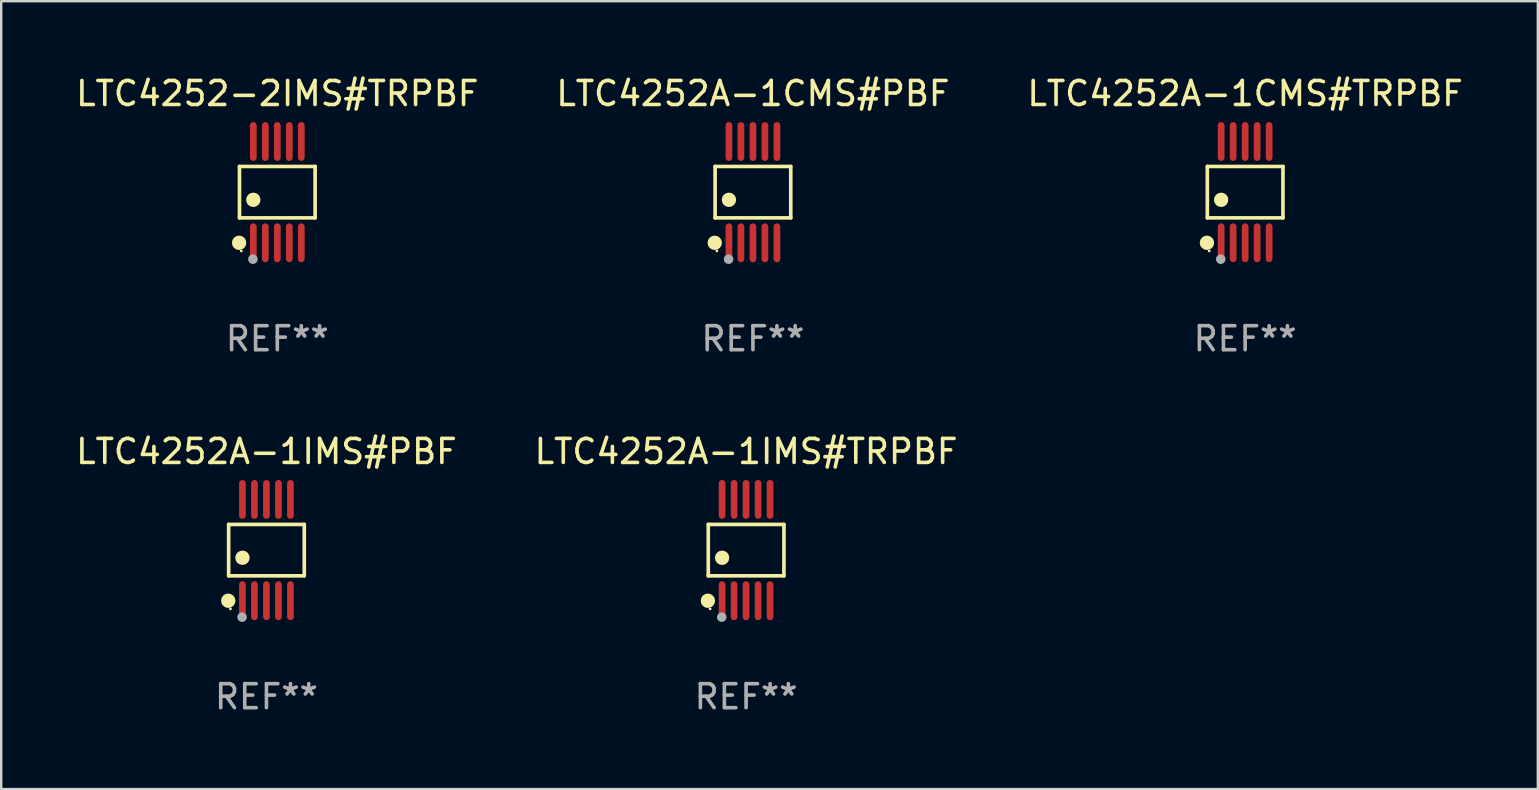
<source format=kicad_pcb>
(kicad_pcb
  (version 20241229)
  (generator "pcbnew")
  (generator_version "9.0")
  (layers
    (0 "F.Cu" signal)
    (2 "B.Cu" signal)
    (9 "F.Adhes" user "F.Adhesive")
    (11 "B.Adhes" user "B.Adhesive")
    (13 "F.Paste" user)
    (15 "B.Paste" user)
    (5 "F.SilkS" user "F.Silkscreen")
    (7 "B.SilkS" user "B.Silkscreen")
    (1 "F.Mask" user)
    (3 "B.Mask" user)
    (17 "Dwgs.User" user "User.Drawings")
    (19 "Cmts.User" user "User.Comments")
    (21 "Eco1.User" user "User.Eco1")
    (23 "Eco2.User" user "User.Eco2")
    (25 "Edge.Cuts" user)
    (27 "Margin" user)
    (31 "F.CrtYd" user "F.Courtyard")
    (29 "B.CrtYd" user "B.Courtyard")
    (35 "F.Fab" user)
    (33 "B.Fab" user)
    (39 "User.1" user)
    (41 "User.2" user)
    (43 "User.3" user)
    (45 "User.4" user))
  (footprint "LTC4252A-1CMS#TRPBF"
    (layer "F.Cu")
    (at 48.839 4.958)
    (property "Reference" "LTC4252A-1CMS#TRPBF" (at 0 -4.11 0) (layer "F.SilkS") (effects (font (size 1 1) (thickness 0.15))))
    (attr through_hole)
    (fp_line (start -1.576 -1.071) (end 1.576 -1.071) (stroke (width 0.152) (type solid)) (layer "F.SilkS"))
    (fp_line (start -1.576 1.071) (end -1.576 -1.071) (stroke (width 0.152) (type solid)) (layer "F.SilkS"))
    (fp_line (start 1.576 -1.071) (end 1.576 1.071) (stroke (width 0.152) (type solid)) (layer "F.SilkS"))
    (fp_line (start 1.576 1.071) (end -1.576 1.071) (stroke (width 0.152) (type solid)) (layer "F.SilkS"))
    (fp_circle (center -1.592 2.11) (end -1.442 2.11) (stroke (width 0.3) (type solid)) (fill no) (layer "F.SilkS"))
    (fp_circle (center -1.5 2.45) (end -1.47 2.45) (stroke (width 0.06) (type solid)) (fill no) (layer "F.SilkS"))
    (fp_circle (center -1 0.319) (end -0.85 0.319) (stroke (width 0.3) (type solid)) (fill no) (layer "F.SilkS"))
    (fp_circle (center -1.016 2.794) (end -0.916 2.794) (stroke (width 0.2) (type solid)) (fill no) (layer "F.Fab"))
    (fp_text user "REF**" (at 0 6.11 0) (layer "F.Fab") (effects (font (size 1 1) (thickness 0.15))))
    (pad "1" smd oval (at -1 2.11) (size 0.28 1.62) (layers "F.Cu" "F.Mask" "F.Paste"))
    (pad "2" smd oval (at -0.5 2.11) (size 0.28 1.62) (layers "F.Cu" "F.Mask" "F.Paste"))
    (pad "3" smd oval (at 0 2.11) (size 0.28 1.62) (layers "F.Cu" "F.Mask" "F.Paste"))
    (pad "4" smd oval (at 0.5 2.11) (size 0.28 1.62) (layers "F.Cu" "F.Mask" "F.Paste"))
    (pad "5" smd oval (at 1 2.11) (size 0.28 1.62) (layers "F.Cu" "F.Mask" "F.Paste"))
    (pad "6" smd oval (at 1 -2.11) (size 0.28 1.62) (layers "F.Cu" "F.Mask" "F.Paste"))
    (pad "7" smd oval (at 0.5 -2.11) (size 0.28 1.62) (layers "F.Cu" "F.Mask" "F.Paste"))
    (pad "8" smd oval (at 0 -2.11) (size 0.28 1.62) (layers "F.Cu" "F.Mask" "F.Paste"))
    (pad "9" smd oval (at -0.5 -2.11) (size 0.28 1.62) (layers "F.Cu" "F.Mask" "F.Paste"))
    (pad "10" smd oval (at -1 -2.11) (size 0.28 1.62) (layers "F.Cu" "F.Mask" "F.Paste")))
  (footprint "LTC4252A-1IMS#TRPBF"
    (layer "F.Cu")
    (at 28.042 19.875)
    (property "Reference" "LTC4252A-1IMS#TRPBF" (at 0 -4.11 0) (layer "F.SilkS") (effects (font (size 1 1) (thickness 0.15))))
    (attr through_hole)
    (fp_line (start -1.576 -1.071) (end 1.576 -1.071) (stroke (width 0.152) (type solid)) (layer "F.SilkS"))
    (fp_line (start -1.576 1.071) (end -1.576 -1.071) (stroke (width 0.152) (type solid)) (layer "F.SilkS"))
    (fp_line (start 1.576 -1.071) (end 1.576 1.071) (stroke (width 0.152) (type solid)) (layer "F.SilkS"))
    (fp_line (start 1.576 1.071) (end -1.576 1.071) (stroke (width 0.152) (type solid)) (layer "F.SilkS"))
    (fp_circle (center -1.592 2.11) (end -1.442 2.11) (stroke (width 0.3) (type solid)) (fill no) (layer "F.SilkS"))
    (fp_circle (center -1.5 2.45) (end -1.47 2.45) (stroke (width 0.06) (type solid)) (fill no) (layer "F.SilkS"))
    (fp_circle (center -1 0.319) (end -0.85 0.319) (stroke (width 0.3) (type solid)) (fill no) (layer "F.SilkS"))
    (fp_circle (center -1.016 2.794) (end -0.916 2.794) (stroke (width 0.2) (type solid)) (fill no) (layer "F.Fab"))
    (fp_text user "REF**" (at 0 6.11 0) (layer "F.Fab") (effects (font (size 1 1) (thickness 0.15))))
    (pad "1" smd oval (at -1 2.11) (size 0.28 1.62) (layers "F.Cu" "F.Mask" "F.Paste"))
    (pad "2" smd oval (at -0.5 2.11) (size 0.28 1.62) (layers "F.Cu" "F.Mask" "F.Paste"))
    (pad "3" smd oval (at 0 2.11) (size 0.28 1.62) (layers "F.Cu" "F.Mask" "F.Paste"))
    (pad "4" smd oval (at 0.5 2.11) (size 0.28 1.62) (layers "F.Cu" "F.Mask" "F.Paste"))
    (pad "5" smd oval (at 1 2.11) (size 0.28 1.62) (layers "F.Cu" "F.Mask" "F.Paste"))
    (pad "6" smd oval (at 1 -2.11) (size 0.28 1.62) (layers "F.Cu" "F.Mask" "F.Paste"))
    (pad "7" smd oval (at 0.5 -2.11) (size 0.28 1.62) (layers "F.Cu" "F.Mask" "F.Paste"))
    (pad "8" smd oval (at 0 -2.11) (size 0.28 1.62) (layers "F.Cu" "F.Mask" "F.Paste"))
    (pad "9" smd oval (at -0.5 -2.11) (size 0.28 1.62) (layers "F.Cu" "F.Mask" "F.Paste"))
    (pad "10" smd oval (at -1 -2.11) (size 0.28 1.62) (layers "F.Cu" "F.Mask" "F.Paste")))
  (footprint "LTC4252-2IMS#TRPBF"
    (layer "F.Cu")
    (at 8.506 4.958)
    (property "Reference" "LTC4252-2IMS#TRPBF" (at 0 -4.11 0) (layer "F.SilkS") (effects (font (size 1 1) (thickness 0.15))))
    (attr through_hole)
    (fp_line (start -1.576 -1.071) (end 1.576 -1.071) (stroke (width 0.152) (type solid)) (layer "F.SilkS"))
    (fp_line (start -1.576 1.071) (end -1.576 -1.071) (stroke (width 0.152) (type solid)) (layer "F.SilkS"))
    (fp_line (start 1.576 -1.071) (end 1.576 1.071) (stroke (width 0.152) (type solid)) (layer "F.SilkS"))
    (fp_line (start 1.576 1.071) (end -1.576 1.071) (stroke (width 0.152) (type solid)) (layer "F.SilkS"))
    (fp_circle (center -1.592 2.11) (end -1.442 2.11) (stroke (width 0.3) (type solid)) (fill no) (layer "F.SilkS"))
    (fp_circle (center -1.5 2.45) (end -1.47 2.45) (stroke (width 0.06) (type solid)) (fill no) (layer "F.SilkS"))
    (fp_circle (center -1 0.319) (end -0.85 0.319) (stroke (width 0.3) (type solid)) (fill no) (layer "F.SilkS"))
    (fp_circle (center -1.016 2.794) (end -0.916 2.794) (stroke (width 0.2) (type solid)) (fill no) (layer "F.Fab"))
    (fp_text user "REF**" (at 0 6.11 0) (layer "F.Fab") (effects (font (size 1 1) (thickness 0.15))))
    (pad "1" smd oval (at -1 2.11) (size 0.28 1.62) (layers "F.Cu" "F.Mask" "F.Paste"))
    (pad "2" smd oval (at -0.5 2.11) (size 0.28 1.62) (layers "F.Cu" "F.Mask" "F.Paste"))
    (pad "3" smd oval (at 0 2.11) (size 0.28 1.62) (layers "F.Cu" "F.Mask" "F.Paste"))
    (pad "4" smd oval (at 0.5 2.11) (size 0.28 1.62) (layers "F.Cu" "F.Mask" "F.Paste"))
    (pad "5" smd oval (at 1 2.11) (size 0.28 1.62) (layers "F.Cu" "F.Mask" "F.Paste"))
    (pad "6" smd oval (at 1 -2.11) (size 0.28 1.62) (layers "F.Cu" "F.Mask" "F.Paste"))
    (pad "7" smd oval (at 0.5 -2.11) (size 0.28 1.62) (layers "F.Cu" "F.Mask" "F.Paste"))
    (pad "8" smd oval (at 0 -2.11) (size 0.28 1.62) (layers "F.Cu" "F.Mask" "F.Paste"))
    (pad "9" smd oval (at -0.5 -2.11) (size 0.28 1.62) (layers "F.Cu" "F.Mask" "F.Paste"))
    (pad "10" smd oval (at -1 -2.11) (size 0.28 1.62) (layers "F.Cu" "F.Mask" "F.Paste")))
  (footprint "LTC4252A-1IMS#PBF"
    (layer "F.Cu")
    (at 8.054 19.875)
    (property "Reference" "LTC4252A-1IMS#PBF" (at 0 -4.11 0) (layer "F.SilkS") (effects (font (size 1 1) (thickness 0.15))))
    (attr through_hole)
    (fp_line (start -1.576 -1.071) (end 1.576 -1.071) (stroke (width 0.152) (type solid)) (layer "F.SilkS"))
    (fp_line (start -1.576 1.071) (end -1.576 -1.071) (stroke (width 0.152) (type solid)) (layer "F.SilkS"))
    (fp_line (start 1.576 -1.071) (end 1.576 1.071) (stroke (width 0.152) (type solid)) (layer "F.SilkS"))
    (fp_line (start 1.576 1.071) (end -1.576 1.071) (stroke (width 0.152) (type solid)) (layer "F.SilkS"))
    (fp_circle (center -1.592 2.11) (end -1.442 2.11) (stroke (width 0.3) (type solid)) (fill no) (layer "F.SilkS"))
    (fp_circle (center -1.5 2.45) (end -1.47 2.45) (stroke (width 0.06) (type solid)) (fill no) (layer "F.SilkS"))
    (fp_circle (center -1 0.319) (end -0.85 0.319) (stroke (width 0.3) (type solid)) (fill no) (layer "F.SilkS"))
    (fp_circle (center -1.016 2.794) (end -0.916 2.794) (stroke (width 0.2) (type solid)) (fill no) (layer "F.Fab"))
    (fp_text user "REF**" (at 0 6.11 0) (layer "F.Fab") (effects (font (size 1 1) (thickness 0.15))))
    (pad "1" smd oval (at -1 2.11) (size 0.28 1.62) (layers "F.Cu" "F.Mask" "F.Paste"))
    (pad "2" smd oval (at -0.5 2.11) (size 0.28 1.62) (layers "F.Cu" "F.Mask" "F.Paste"))
    (pad "3" smd oval (at 0 2.11) (size 0.28 1.62) (layers "F.Cu" "F.Mask" "F.Paste"))
    (pad "4" smd oval (at 0.5 2.11) (size 0.28 1.62) (layers "F.Cu" "F.Mask" "F.Paste"))
    (pad "5" smd oval (at 1 2.11) (size 0.28 1.62) (layers "F.Cu" "F.Mask" "F.Paste"))
    (pad "6" smd oval (at 1 -2.11) (size 0.28 1.62) (layers "F.Cu" "F.Mask" "F.Paste"))
    (pad "7" smd oval (at 0.5 -2.11) (size 0.28 1.62) (layers "F.Cu" "F.Mask" "F.Paste"))
    (pad "8" smd oval (at 0 -2.11) (size 0.28 1.62) (layers "F.Cu" "F.Mask" "F.Paste"))
    (pad "9" smd oval (at -0.5 -2.11) (size 0.28 1.62) (layers "F.Cu" "F.Mask" "F.Paste"))
    (pad "10" smd oval (at -1 -2.11) (size 0.28 1.62) (layers "F.Cu" "F.Mask" "F.Paste")))
  (footprint "LTC4252A-1CMS#PBF"
    (layer "F.Cu")
    (at 28.327 4.958)
    (property "Reference" "LTC4252A-1CMS#PBF" (at 0 -4.11 0) (layer "F.SilkS") (effects (font (size 1 1) (thickness 0.15))))
    (attr through_hole)
    (fp_line (start -1.576 -1.071) (end 1.576 -1.071) (stroke (width 0.152) (type solid)) (layer "F.SilkS"))
    (fp_line (start -1.576 1.071) (end -1.576 -1.071) (stroke (width 0.152) (type solid)) (layer "F.SilkS"))
    (fp_line (start 1.576 -1.071) (end 1.576 1.071) (stroke (width 0.152) (type solid)) (layer "F.SilkS"))
    (fp_line (start 1.576 1.071) (end -1.576 1.071) (stroke (width 0.152) (type solid)) (layer "F.SilkS"))
    (fp_circle (center -1.592 2.11) (end -1.442 2.11) (stroke (width 0.3) (type solid)) (fill no) (layer "F.SilkS"))
    (fp_circle (center -1.5 2.45) (end -1.47 2.45) (stroke (width 0.06) (type solid)) (fill no) (layer "F.SilkS"))
    (fp_circle (center -1 0.319) (end -0.85 0.319) (stroke (width 0.3) (type solid)) (fill no) (layer "F.SilkS"))
    (fp_circle (center -1.016 2.794) (end -0.916 2.794) (stroke (width 0.2) (type solid)) (fill no) (layer "F.Fab"))
    (fp_text user "REF**" (at 0 6.11 0) (layer "F.Fab") (effects (font (size 1 1) (thickness 0.15))))
    (pad "1" smd oval (at -1 2.11) (size 0.28 1.62) (layers "F.Cu" "F.Mask" "F.Paste"))
    (pad "2" smd oval (at -0.5 2.11) (size 0.28 1.62) (layers "F.Cu" "F.Mask" "F.Paste"))
    (pad "3" smd oval (at 0 2.11) (size 0.28 1.62) (layers "F.Cu" "F.Mask" "F.Paste"))
    (pad "4" smd oval (at 0.5 2.11) (size 0.28 1.62) (layers "F.Cu" "F.Mask" "F.Paste"))
    (pad "5" smd oval (at 1 2.11) (size 0.28 1.62) (layers "F.Cu" "F.Mask" "F.Paste"))
    (pad "6" smd oval (at 1 -2.11) (size 0.28 1.62) (layers "F.Cu" "F.Mask" "F.Paste"))
    (pad "7" smd oval (at 0.5 -2.11) (size 0.28 1.62) (layers "F.Cu" "F.Mask" "F.Paste"))
    (pad "8" smd oval (at 0 -2.11) (size 0.28 1.62) (layers "F.Cu" "F.Mask" "F.Paste"))
    (pad "9" smd oval (at -0.5 -2.11) (size 0.28 1.62) (layers "F.Cu" "F.Mask" "F.Paste"))
    (pad "10" smd oval (at -1 -2.11) (size 0.28 1.62) (layers "F.Cu" "F.Mask" "F.Paste")))
  (gr_rect
    (start -3 -3)
    (end 61.036 29.833)
    (stroke (width 0.1) (type default))
    (fill no)
    (layer "Edge.Cuts")))
</source>
